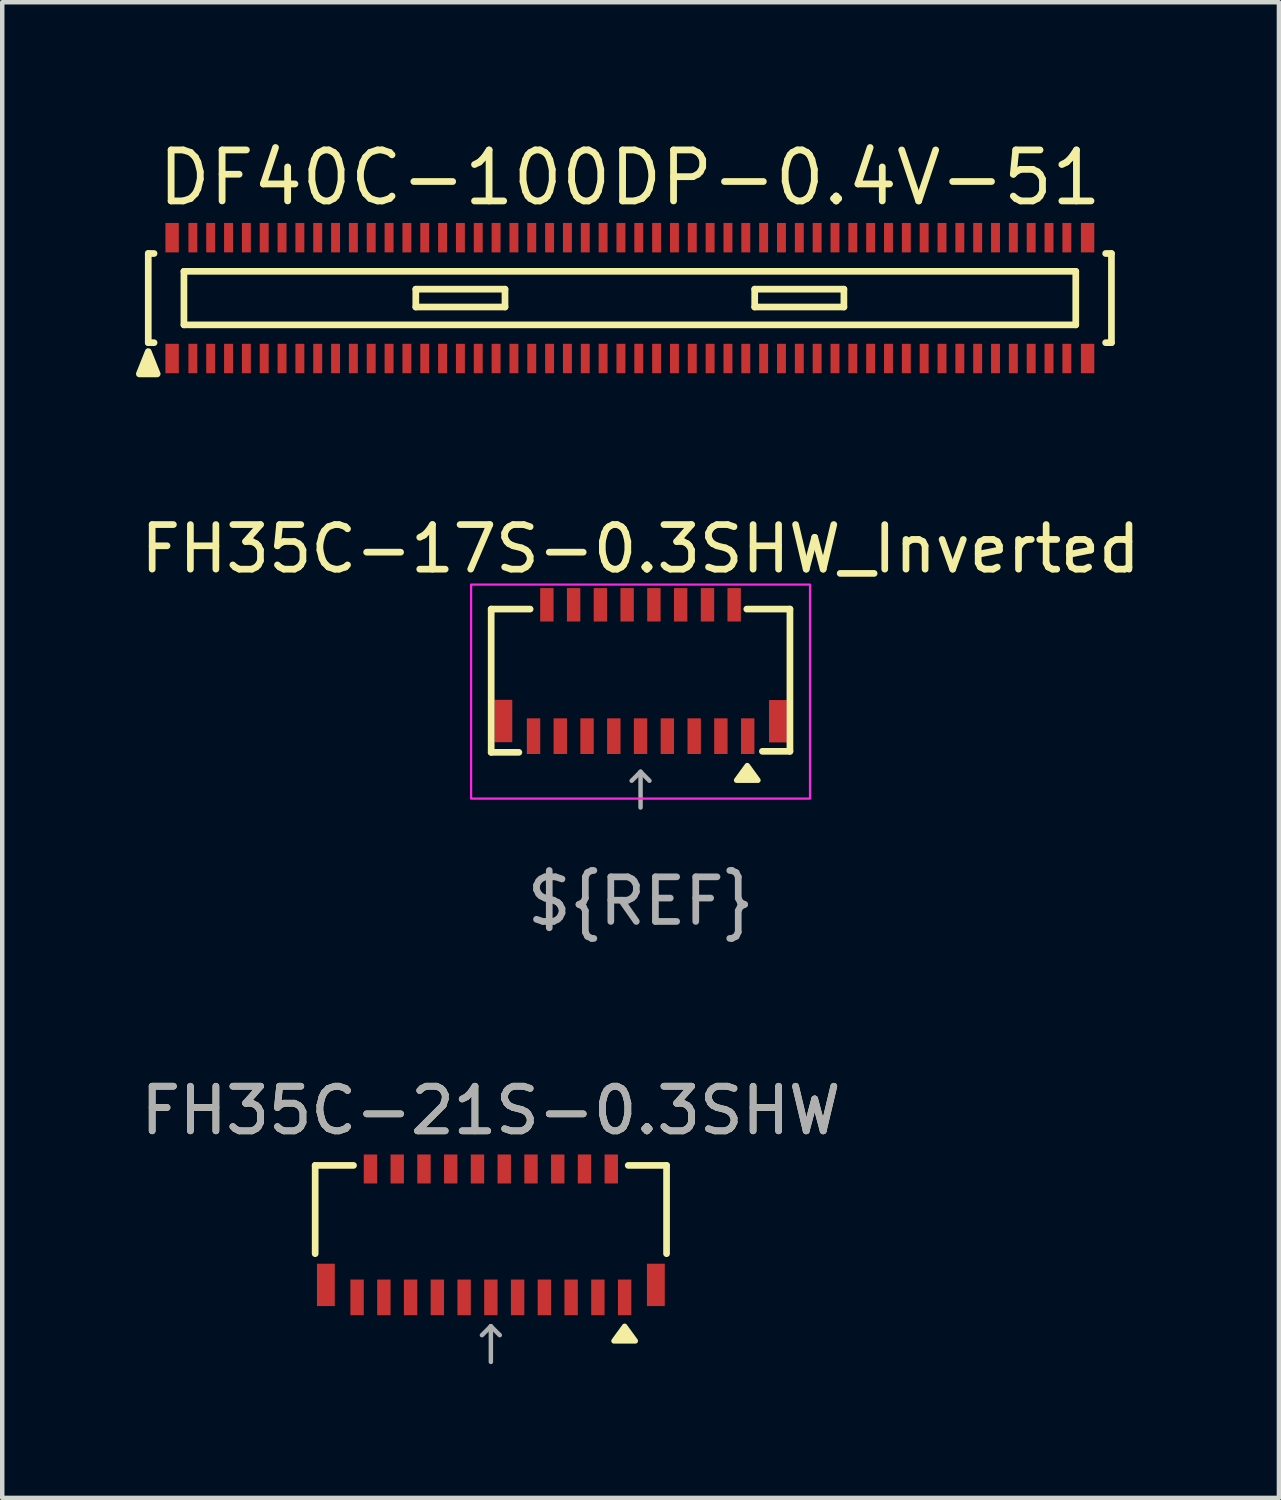
<source format=kicad_pcb>
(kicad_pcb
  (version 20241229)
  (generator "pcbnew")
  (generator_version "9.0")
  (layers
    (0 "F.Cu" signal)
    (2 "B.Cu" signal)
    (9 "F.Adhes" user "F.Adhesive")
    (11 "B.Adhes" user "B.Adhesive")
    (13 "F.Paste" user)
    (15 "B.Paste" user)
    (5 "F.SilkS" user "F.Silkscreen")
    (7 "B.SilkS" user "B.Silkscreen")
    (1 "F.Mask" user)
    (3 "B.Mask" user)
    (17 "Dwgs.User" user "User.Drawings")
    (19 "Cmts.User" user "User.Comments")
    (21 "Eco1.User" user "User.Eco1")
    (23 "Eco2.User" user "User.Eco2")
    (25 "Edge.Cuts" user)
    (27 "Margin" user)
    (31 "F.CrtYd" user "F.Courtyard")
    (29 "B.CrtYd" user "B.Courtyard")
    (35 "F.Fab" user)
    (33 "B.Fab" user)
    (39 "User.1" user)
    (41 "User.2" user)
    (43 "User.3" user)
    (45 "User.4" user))
  (footprint "FH35C-21S-0.3SHW"
    (layer "F.Cu")
    (at 7.958 24.605)
    (property "Reference" "FH35C-21S-0.3SHW" (at 0 -2.75 0) (layer "F.SilkS") (effects (font (size 1 1) (thickness 0.15))))
    (attr through_hole)
    (fp_line (start -3.94 -1.52) (end -3.94 0.46) (stroke (width 0.15) (type solid)) (layer "F.SilkS"))
    (fp_line (start -3.08 -1.52) (end -3.94 -1.52) (stroke (width 0.15) (type solid)) (layer "F.SilkS"))
    (fp_line (start 3.08 -1.52) (end 3.94 -1.52) (stroke (width 0.15) (type solid)) (layer "F.SilkS"))
    (fp_line (start 3.94 -1.52) (end 3.94 0.46) (stroke (width 0.15) (type solid)) (layer "F.SilkS"))
    (fp_poly (pts (xy 3 2.087) (xy 3.24 2.417) (xy 2.76 2.417) (xy 3 2.087)) (stroke (width 0.12) (type solid)) (fill yes) (layer "F.SilkS"))
    (fp_line (start -0.2 2.287) (end 0 2.087) (stroke (width 0.1) (type default)) (layer "F.Fab"))
    (fp_line (start 0 2.087) (end 0.2 2.287) (stroke (width 0.1) (type default)) (layer "F.Fab"))
    (fp_line (start 0 2.887) (end 0 2.087) (stroke (width 0.1) (type default)) (layer "F.Fab"))
    (fp_text user "${REFERENCE}" (at 0 -2.75 0) (layer "F.Fab") (effects (font (size 1 1) (thickness 0.15))))
    (pad "1" smd rect (at 3 1.44) (size 0.3 0.8) (layers "F.Cu" "F.Mask" "F.Paste"))
    (pad "2" smd rect (at 2.7 -1.44) (size 0.3 0.65) (layers "F.Cu" "F.Mask" "F.Paste"))
    (pad "3" smd rect (at 2.4 1.44) (size 0.3 0.8) (layers "F.Cu" "F.Mask" "F.Paste"))
    (pad "4" smd rect (at 2.1 -1.44) (size 0.3 0.65) (layers "F.Cu" "F.Mask" "F.Paste"))
    (pad "5" smd rect (at 1.8 1.44) (size 0.3 0.8) (layers "F.Cu" "F.Mask" "F.Paste"))
    (pad "6" smd rect (at 1.5 -1.44) (size 0.3 0.65) (layers "F.Cu" "F.Mask" "F.Paste"))
    (pad "7" smd rect (at 1.2 1.44) (size 0.3 0.8) (layers "F.Cu" "F.Mask" "F.Paste"))
    (pad "8" smd rect (at 0.9 -1.44) (size 0.3 0.65) (layers "F.Cu" "F.Mask" "F.Paste"))
    (pad "9" smd rect (at 0.6 1.44) (size 0.3 0.8) (layers "F.Cu" "F.Mask" "F.Paste"))
    (pad "10" smd rect (at 0.3 -1.44) (size 0.3 0.65) (layers "F.Cu" "F.Mask" "F.Paste"))
    (pad "11" smd rect (at 0 1.44) (size 0.3 0.8) (layers "F.Cu" "F.Mask" "F.Paste"))
    (pad "12" smd rect (at -0.3 -1.44) (size 0.3 0.65) (layers "F.Cu" "F.Mask" "F.Paste"))
    (pad "13" smd rect (at -0.6 1.44) (size 0.3 0.8) (layers "F.Cu" "F.Mask" "F.Paste"))
    (pad "14" smd rect (at -0.9 -1.44) (size 0.3 0.65) (layers "F.Cu" "F.Mask" "F.Paste"))
    (pad "15" smd rect (at -1.2 1.44) (size 0.3 0.8) (layers "F.Cu" "F.Mask" "F.Paste"))
    (pad "16" smd rect (at -1.5 -1.44) (size 0.3 0.65) (layers "F.Cu" "F.Mask" "F.Paste"))
    (pad "17" smd rect (at -1.8 1.44) (size 0.3 0.8) (layers "F.Cu" "F.Mask" "F.Paste"))
    (pad "18" smd rect (at -2.1 -1.44) (size 0.3 0.65) (layers "F.Cu" "F.Mask" "F.Paste"))
    (pad "19" smd rect (at -2.4 1.44) (size 0.3 0.8) (layers "F.Cu" "F.Mask" "F.Paste"))
    (pad "20" smd rect (at -2.7 -1.44) (size 0.3 0.65) (layers "F.Cu" "F.Mask" "F.Paste"))
    (pad "21" smd rect (at -3 1.44) (size 0.3 0.8) (layers "F.Cu" "F.Mask" "F.Paste"))
    (pad "MP" smd rect (at -3.7 1.16) (size 0.4 0.95) (layers "F.Cu" "F.Mask" "F.Paste"))
    (pad "MP" smd rect (at 3.7 1.16) (size 0.4 0.95) (layers "F.Cu" "F.Mask" "F.Paste")))
  (footprint "DF40C-100DP-0.4V-51"
    (layer "F.Cu")
    (at 11.075 3.635)
    (property "Reference" "DF40C-100DP-0.4V-51" (at 0 -2.7 0) (layer "F.SilkS") (effects (font (size 1.143 1.143) (thickness 0.152))))
    (attr smd)
    (fp_line (start -10.8 -1) (end -10.8 1) (stroke (width 0.15) (type solid)) (layer "F.SilkS"))
    (fp_line (start -10.8 -1) (end -10.67 -1) (stroke (width 0.15) (type solid)) (layer "F.SilkS"))
    (fp_line (start -10.8 1) (end -10.67 1) (stroke (width 0.15) (type solid)) (layer "F.SilkS"))
    (fp_line (start -10 -0.6) (end 10 -0.6) (stroke (width 0.15) (type solid)) (layer "F.SilkS"))
    (fp_line (start -10 0.6) (end -10 -0.6) (stroke (width 0.15) (type solid)) (layer "F.SilkS"))
    (fp_line (start -4.8 -0.2) (end -2.8 -0.2) (stroke (width 0.15) (type solid)) (layer "F.SilkS"))
    (fp_line (start -4.8 0.2) (end -4.8 -0.2) (stroke (width 0.15) (type solid)) (layer "F.SilkS"))
    (fp_line (start -2.8 -0.2) (end -2.8 0.2) (stroke (width 0.15) (type solid)) (layer "F.SilkS"))
    (fp_line (start -2.8 0.2) (end -4.8 0.2) (stroke (width 0.15) (type solid)) (layer "F.SilkS"))
    (fp_line (start 2.8 -0.2) (end 4.8 -0.2) (stroke (width 0.15) (type solid)) (layer "F.SilkS"))
    (fp_line (start 2.8 0.2) (end 2.8 -0.2) (stroke (width 0.15) (type solid)) (layer "F.SilkS"))
    (fp_line (start 4.8 -0.2) (end 4.8 0.2) (stroke (width 0.15) (type solid)) (layer "F.SilkS"))
    (fp_line (start 4.8 0.2) (end 2.8 0.2) (stroke (width 0.15) (type solid)) (layer "F.SilkS"))
    (fp_line (start 10 -0.6) (end 10 0.6) (stroke (width 0.15) (type solid)) (layer "F.SilkS"))
    (fp_line (start 10 0.6) (end -10 0.6) (stroke (width 0.15) (type solid)) (layer "F.SilkS"))
    (fp_line (start 10.8 -1) (end 10.67 -1) (stroke (width 0.15) (type solid)) (layer "F.SilkS"))
    (fp_line (start 10.8 -1) (end 10.8 1) (stroke (width 0.15) (type solid)) (layer "F.SilkS"))
    (fp_line (start 10.8 1) (end 10.67 1) (stroke (width 0.15) (type solid)) (layer "F.SilkS"))
    (fp_poly (pts (xy -11 1.7) (xy -10.6 1.7) (xy -10.8 1.2)) (stroke (width 0.15) (type solid)) (fill yes) (layer "F.SilkS"))
    (pad "" smd rect (at -10.265 -1.355) (size 0.3 0.66) (layers "F.Cu" "F.Mask" "F.Paste"))
    (pad "" smd rect (at -10.265 1.355) (size 0.3 0.66) (layers "F.Cu" "F.Mask" "F.Paste"))
    (pad "" smd rect (at 10.265 -1.355) (size 0.3 0.66) (layers "F.Cu" "F.Mask" "F.Paste"))
    (pad "" smd rect (at 10.265 1.355) (size 0.3 0.66) (layers "F.Cu" "F.Mask" "F.Paste"))
    (pad "1" smd rect (at -9.8 1.355) (size 0.2 0.66) (layers "F.Cu" "F.Mask" "F.Paste"))
    (pad "2" smd rect (at -9.8 -1.355) (size 0.2 0.66) (layers "F.Cu" "F.Mask" "F.Paste"))
    (pad "3" smd rect (at -9.4 1.355) (size 0.2 0.66) (layers "F.Cu" "F.Mask" "F.Paste"))
    (pad "4" smd rect (at -9.4 -1.355) (size 0.2 0.66) (layers "F.Cu" "F.Mask" "F.Paste"))
    (pad "5" smd rect (at -9 1.355) (size 0.2 0.66) (layers "F.Cu" "F.Mask" "F.Paste"))
    (pad "6" smd rect (at -9 -1.355) (size 0.2 0.66) (layers "F.Cu" "F.Mask" "F.Paste"))
    (pad "7" smd rect (at -8.6 1.355) (size 0.2 0.66) (layers "F.Cu" "F.Mask" "F.Paste"))
    (pad "8" smd rect (at -8.6 -1.355) (size 0.2 0.66) (layers "F.Cu" "F.Mask" "F.Paste"))
    (pad "9" smd rect (at -8.2 1.355) (size 0.2 0.66) (layers "F.Cu" "F.Mask" "F.Paste"))
    (pad "10" smd rect (at -8.2 -1.355) (size 0.2 0.66) (layers "F.Cu" "F.Mask" "F.Paste"))
    (pad "11" smd rect (at -7.8 1.355) (size 0.2 0.66) (layers "F.Cu" "F.Mask" "F.Paste"))
    (pad "12" smd rect (at -7.8 -1.355) (size 0.2 0.66) (layers "F.Cu" "F.Mask" "F.Paste"))
    (pad "13" smd rect (at -7.4 1.355) (size 0.2 0.66) (layers "F.Cu" "F.Mask" "F.Paste"))
    (pad "14" smd rect (at -7.4 -1.355) (size 0.2 0.66) (layers "F.Cu" "F.Mask" "F.Paste"))
    (pad "15" smd rect (at -7 1.355) (size 0.2 0.66) (layers "F.Cu" "F.Mask" "F.Paste"))
    (pad "16" smd rect (at -7 -1.355) (size 0.2 0.66) (layers "F.Cu" "F.Mask" "F.Paste"))
    (pad "17" smd rect (at -6.6 1.355) (size 0.2 0.66) (layers "F.Cu" "F.Mask" "F.Paste"))
    (pad "18" smd rect (at -6.6 -1.355) (size 0.2 0.66) (layers "F.Cu" "F.Mask" "F.Paste"))
    (pad "19" smd rect (at -6.2 1.355) (size 0.2 0.66) (layers "F.Cu" "F.Mask" "F.Paste"))
    (pad "20" smd rect (at -6.2 -1.355) (size 0.2 0.66) (layers "F.Cu" "F.Mask" "F.Paste"))
    (pad "21" smd rect (at -5.8 1.355) (size 0.2 0.66) (layers "F.Cu" "F.Mask" "F.Paste"))
    (pad "22" smd rect (at -5.8 -1.355) (size 0.2 0.66) (layers "F.Cu" "F.Mask" "F.Paste"))
    (pad "23" smd rect (at -5.4 1.355) (size 0.2 0.66) (layers "F.Cu" "F.Mask" "F.Paste"))
    (pad "24" smd rect (at -5.4 -1.355) (size 0.2 0.66) (layers "F.Cu" "F.Mask" "F.Paste"))
    (pad "25" smd rect (at -5 1.355) (size 0.2 0.66) (layers "F.Cu" "F.Mask" "F.Paste"))
    (pad "26" smd rect (at -5 -1.355) (size 0.2 0.66) (layers "F.Cu" "F.Mask" "F.Paste"))
    (pad "27" smd rect (at -4.6 1.355) (size 0.2 0.66) (layers "F.Cu" "F.Mask" "F.Paste"))
    (pad "28" smd rect (at -4.6 -1.355) (size 0.2 0.66) (layers "F.Cu" "F.Mask" "F.Paste"))
    (pad "29" smd rect (at -4.2 1.355) (size 0.2 0.66) (layers "F.Cu" "F.Mask" "F.Paste"))
    (pad "30" smd rect (at -4.2 -1.355) (size 0.2 0.66) (layers "F.Cu" "F.Mask" "F.Paste"))
    (pad "31" smd rect (at -3.8 1.355) (size 0.2 0.66) (layers "F.Cu" "F.Mask" "F.Paste"))
    (pad "32" smd rect (at -3.8 -1.355) (size 0.2 0.66) (layers "F.Cu" "F.Mask" "F.Paste"))
    (pad "33" smd rect (at -3.4 1.355) (size 0.2 0.66) (layers "F.Cu" "F.Mask" "F.Paste"))
    (pad "34" smd rect (at -3.4 -1.355) (size 0.2 0.66) (layers "F.Cu" "F.Mask" "F.Paste"))
    (pad "35" smd rect (at -3 1.355) (size 0.2 0.66) (layers "F.Cu" "F.Mask" "F.Paste"))
    (pad "36" smd rect (at -3 -1.355) (size 0.2 0.66) (layers "F.Cu" "F.Mask" "F.Paste"))
    (pad "37" smd rect (at -2.6 1.355) (size 0.2 0.66) (layers "F.Cu" "F.Mask" "F.Paste"))
    (pad "38" smd rect (at -2.6 -1.355) (size 0.2 0.66) (layers "F.Cu" "F.Mask" "F.Paste"))
    (pad "39" smd rect (at -2.2 1.355) (size 0.2 0.66) (layers "F.Cu" "F.Mask" "F.Paste"))
    (pad "40" smd rect (at -2.2 -1.355) (size 0.2 0.66) (layers "F.Cu" "F.Mask" "F.Paste"))
    (pad "41" smd rect (at -1.8 1.355) (size 0.2 0.66) (layers "F.Cu" "F.Mask" "F.Paste"))
    (pad "42" smd rect (at -1.8 -1.355) (size 0.2 0.66) (layers "F.Cu" "F.Mask" "F.Paste"))
    (pad "43" smd rect (at -1.4 1.355) (size 0.2 0.66) (layers "F.Cu" "F.Mask" "F.Paste"))
    (pad "44" smd rect (at -1.4 -1.355) (size 0.2 0.66) (layers "F.Cu" "F.Mask" "F.Paste"))
    (pad "45" smd rect (at -1 1.355) (size 0.2 0.66) (layers "F.Cu" "F.Mask" "F.Paste"))
    (pad "46" smd rect (at -1 -1.355) (size 0.2 0.66) (layers "F.Cu" "F.Mask" "F.Paste"))
    (pad "47" smd rect (at -0.6 1.355) (size 0.2 0.66) (layers "F.Cu" "F.Mask" "F.Paste"))
    (pad "48" smd rect (at -0.6 -1.355) (size 0.2 0.66) (layers "F.Cu" "F.Mask" "F.Paste"))
    (pad "49" smd rect (at -0.2 1.355) (size 0.2 0.66) (layers "F.Cu" "F.Mask" "F.Paste"))
    (pad "50" smd rect (at -0.2 -1.355) (size 0.2 0.66) (layers "F.Cu" "F.Mask" "F.Paste"))
    (pad "51" smd rect (at 0.2 1.355) (size 0.2 0.66) (layers "F.Cu" "F.Mask" "F.Paste"))
    (pad "52" smd rect (at 0.2 -1.355) (size 0.2 0.66) (layers "F.Cu" "F.Mask" "F.Paste"))
    (pad "53" smd rect (at 0.6 1.355) (size 0.2 0.66) (layers "F.Cu" "F.Mask" "F.Paste"))
    (pad "54" smd rect (at 0.6 -1.355) (size 0.2 0.66) (layers "F.Cu" "F.Mask" "F.Paste"))
    (pad "55" smd rect (at 1 1.355) (size 0.2 0.66) (layers "F.Cu" "F.Mask" "F.Paste"))
    (pad "56" smd rect (at 1 -1.355) (size 0.2 0.66) (layers "F.Cu" "F.Mask" "F.Paste"))
    (pad "57" smd rect (at 1.4 1.355) (size 0.2 0.66) (layers "F.Cu" "F.Mask" "F.Paste"))
    (pad "58" smd rect (at 1.4 -1.355) (size 0.2 0.66) (layers "F.Cu" "F.Mask" "F.Paste"))
    (pad "59" smd rect (at 1.8 1.355) (size 0.2 0.66) (layers "F.Cu" "F.Mask" "F.Paste"))
    (pad "60" smd rect (at 1.8 -1.355) (size 0.2 0.66) (layers "F.Cu" "F.Mask" "F.Paste"))
    (pad "61" smd rect (at 2.2 1.355) (size 0.2 0.66) (layers "F.Cu" "F.Mask" "F.Paste"))
    (pad "62" smd rect (at 2.2 -1.355) (size 0.2 0.66) (layers "F.Cu" "F.Mask" "F.Paste"))
    (pad "63" smd rect (at 2.6 1.355) (size 0.2 0.66) (layers "F.Cu" "F.Mask" "F.Paste"))
    (pad "64" smd rect (at 2.6 -1.355) (size 0.2 0.66) (layers "F.Cu" "F.Mask" "F.Paste"))
    (pad "65" smd rect (at 3 1.355) (size 0.2 0.66) (layers "F.Cu" "F.Mask" "F.Paste"))
    (pad "66" smd rect (at 3 -1.355) (size 0.2 0.66) (layers "F.Cu" "F.Mask" "F.Paste"))
    (pad "67" smd rect (at 3.4 1.355) (size 0.2 0.66) (layers "F.Cu" "F.Mask" "F.Paste"))
    (pad "68" smd rect (at 3.4 -1.355) (size 0.2 0.66) (layers "F.Cu" "F.Mask" "F.Paste"))
    (pad "69" smd rect (at 3.8 1.355) (size 0.2 0.66) (layers "F.Cu" "F.Mask" "F.Paste"))
    (pad "70" smd rect (at 3.8 -1.355) (size 0.2 0.66) (layers "F.Cu" "F.Mask" "F.Paste"))
    (pad "71" smd rect (at 4.2 1.355) (size 0.2 0.66) (layers "F.Cu" "F.Mask" "F.Paste"))
    (pad "72" smd rect (at 4.2 -1.355) (size 0.2 0.66) (layers "F.Cu" "F.Mask" "F.Paste"))
    (pad "73" smd rect (at 4.6 1.355) (size 0.2 0.66) (layers "F.Cu" "F.Mask" "F.Paste"))
    (pad "74" smd rect (at 4.6 -1.355) (size 0.2 0.66) (layers "F.Cu" "F.Mask" "F.Paste"))
    (pad "75" smd rect (at 5 1.355) (size 0.2 0.66) (layers "F.Cu" "F.Mask" "F.Paste"))
    (pad "76" smd rect (at 5 -1.355) (size 0.2 0.66) (layers "F.Cu" "F.Mask" "F.Paste"))
    (pad "77" smd rect (at 5.4 1.355) (size 0.2 0.66) (layers "F.Cu" "F.Mask" "F.Paste"))
    (pad "78" smd rect (at 5.4 -1.355) (size 0.2 0.66) (layers "F.Cu" "F.Mask" "F.Paste"))
    (pad "79" smd rect (at 5.8 1.355) (size 0.2 0.66) (layers "F.Cu" "F.Mask" "F.Paste"))
    (pad "80" smd rect (at 5.8 -1.355) (size 0.2 0.66) (layers "F.Cu" "F.Mask" "F.Paste"))
    (pad "81" smd rect (at 6.2 1.355) (size 0.2 0.66) (layers "F.Cu" "F.Mask" "F.Paste"))
    (pad "82" smd rect (at 6.2 -1.355) (size 0.2 0.66) (layers "F.Cu" "F.Mask" "F.Paste"))
    (pad "83" smd rect (at 6.6 1.355) (size 0.2 0.66) (layers "F.Cu" "F.Mask" "F.Paste"))
    (pad "84" smd rect (at 6.6 -1.355) (size 0.2 0.66) (layers "F.Cu" "F.Mask" "F.Paste"))
    (pad "85" smd rect (at 7 1.355) (size 0.2 0.66) (layers "F.Cu" "F.Mask" "F.Paste"))
    (pad "86" smd rect (at 7 -1.355) (size 0.2 0.66) (layers "F.Cu" "F.Mask" "F.Paste"))
    (pad "87" smd rect (at 7.4 1.355) (size 0.2 0.66) (layers "F.Cu" "F.Mask" "F.Paste"))
    (pad "88" smd rect (at 7.4 -1.355) (size 0.2 0.66) (layers "F.Cu" "F.Mask" "F.Paste"))
    (pad "89" smd rect (at 7.8 1.355) (size 0.2 0.66) (layers "F.Cu" "F.Mask" "F.Paste"))
    (pad "90" smd rect (at 7.8 -1.355) (size 0.2 0.66) (layers "F.Cu" "F.Mask" "F.Paste"))
    (pad "91" smd rect (at 8.2 1.355) (size 0.2 0.66) (layers "F.Cu" "F.Mask" "F.Paste"))
    (pad "92" smd rect (at 8.2 -1.355) (size 0.2 0.66) (layers "F.Cu" "F.Mask" "F.Paste"))
    (pad "93" smd rect (at 8.6 1.355) (size 0.2 0.66) (layers "F.Cu" "F.Mask" "F.Paste"))
    (pad "94" smd rect (at 8.6 -1.355) (size 0.2 0.66) (layers "F.Cu" "F.Mask" "F.Paste"))
    (pad "95" smd rect (at 9 1.355) (size 0.2 0.66) (layers "F.Cu" "F.Mask" "F.Paste"))
    (pad "96" smd rect (at 9 -1.355) (size 0.2 0.66) (layers "F.Cu" "F.Mask" "F.Paste"))
    (pad "97" smd rect (at 9.4 1.355) (size 0.2 0.66) (layers "F.Cu" "F.Mask" "F.Paste"))
    (pad "98" smd rect (at 9.4 -1.355) (size 0.2 0.66) (layers "F.Cu" "F.Mask" "F.Paste"))
    (pad "99" smd rect (at 9.8 1.355) (size 0.2 0.66) (layers "F.Cu" "F.Mask" "F.Paste"))
    (pad "100" smd rect (at 9.8 -1.355) (size 0.2 0.66) (layers "F.Cu" "F.Mask" "F.Paste")))
  (footprint "FH35C-17S-0.3SHW_Inverted"
    (layer "F.Cu")
    (at 11.315 11.859)
    (property "Reference" "FH35C-17S-0.3SHW_Inverted" (at 0 -2.6 0) (unlocked yes) (layer "F.SilkS") (effects (font (size 1 1) (thickness 0.15))))
    (attr smd)
    (fp_line (start -3.35 -1.25) (end -2.476 -1.25) (stroke (width 0.15) (type solid)) (layer "F.SilkS"))
    (fp_line (start -3.35 1.963) (end -3.35 -1.25) (stroke (width 0.15) (type solid)) (layer "F.SilkS"))
    (fp_line (start -3.35 1.963) (end -2.729 1.963) (stroke (width 0.15) (type solid)) (layer "F.SilkS"))
    (fp_line (start 3.35 -1.25) (end 2.382 -1.25) (stroke (width 0.15) (type solid)) (layer "F.SilkS"))
    (fp_line (start 3.35 -1.25) (end 3.35 1.94) (stroke (width 0.15) (type solid)) (layer "F.SilkS"))
    (fp_line (start 3.35 1.94) (end 2.732 1.94) (stroke (width 0.15) (type solid)) (layer "F.SilkS"))
    (fp_poly (pts (xy 2.393 2.259) (xy 2.633 2.589) (xy 2.153 2.589) (xy 2.393 2.259)) (stroke (width 0.12) (type solid)) (fill yes) (layer "F.SilkS"))
    (fp_rect (start -3.8 -1.8) (end 3.8 3) (stroke (width 0.05) (type default)) (fill no) (layer "F.CrtYd"))
    (fp_line (start -0.2 2.6) (end 0 2.4) (stroke (width 0.1) (type default)) (layer "F.Fab"))
    (fp_line (start 0 2.4) (end 0.2 2.6) (stroke (width 0.1) (type default)) (layer "F.Fab"))
    (fp_line (start 0 3.2) (end 0 2.4) (stroke (width 0.1) (type default)) (layer "F.Fab"))
    (fp_text user "${REF}" (at 0 5.3 0) (unlocked yes) (layer "F.Fab") (effects (font (size 1 1) (thickness 0.15))))
    (pad "1" smd rect (at 2.403 1.6 180) (size 0.3 0.8) (layers "F.Cu" "F.Mask" "F.Paste"))
    (pad "2" smd rect (at 2.099 -1.346 180) (size 0.3 0.75) (layers "F.Cu" "F.Mask" "F.Paste"))
    (pad "3" smd rect (at 1.801 1.6 180) (size 0.3 0.8) (layers "F.Cu" "F.Mask" "F.Paste"))
    (pad "4" smd rect (at 1.501 -1.346 180) (size 0.3 0.75) (layers "F.Cu" "F.Mask" "F.Paste"))
    (pad "5" smd rect (at 1.203 1.6 180) (size 0.3 0.8) (layers "F.Cu" "F.Mask" "F.Paste"))
    (pad "6" smd rect (at 0.899 -1.346 180) (size 0.3 0.75) (layers "F.Cu" "F.Mask" "F.Paste"))
    (pad "7" smd rect (at 0.601 1.6 180) (size 0.3 0.8) (layers "F.Cu" "F.Mask" "F.Paste"))
    (pad "8" smd rect (at 0.299 -1.346 180) (size 0.3 0.75) (layers "F.Cu" "F.Mask" "F.Paste"))
    (pad "9" smd rect (at 0 1.6 180) (size 0.3 0.8) (layers "F.Cu" "F.Mask" "F.Paste"))
    (pad "10" smd rect (at -0.301 -1.346 180) (size 0.3 0.75) (layers "F.Cu" "F.Mask" "F.Paste"))
    (pad "11" smd rect (at -0.6 1.6 180) (size 0.3 0.8) (layers "F.Cu" "F.Mask" "F.Paste"))
    (pad "12" smd rect (at -0.901 -1.346 180) (size 0.3 0.75) (layers "F.Cu" "F.Mask" "F.Paste"))
    (pad "13" smd rect (at -1.2 1.6 180) (size 0.3 0.8) (layers "F.Cu" "F.Mask" "F.Paste"))
    (pad "14" smd rect (at -1.501 -1.346 180) (size 0.3 0.75) (layers "F.Cu" "F.Mask" "F.Paste"))
    (pad "15" smd rect (at -1.8 1.6 180) (size 0.3 0.8) (layers "F.Cu" "F.Mask" "F.Paste"))
    (pad "16" smd rect (at -2.101 -1.346 180) (size 0.3 0.75) (layers "F.Cu" "F.Mask" "F.Paste"))
    (pad "17" smd rect (at -2.4 1.6 180) (size 0.3 0.8) (layers "F.Cu" "F.Mask" "F.Paste"))
    (pad "18" smd rect (at -3.077 1.26 180) (size 0.4 0.95) (layers "F.Cu" "F.Mask" "F.Paste"))
    (pad "19" smd rect (at 3.081 1.265 180) (size 0.4 0.95) (layers "F.Cu" "F.Mask" "F.Paste")))
  (gr_rect
    (start -3 -3)
    (end 25.631 30.542)
    (stroke (width 0.1) (type default))
    (fill no)
    (layer "Edge.Cuts")))
</source>
